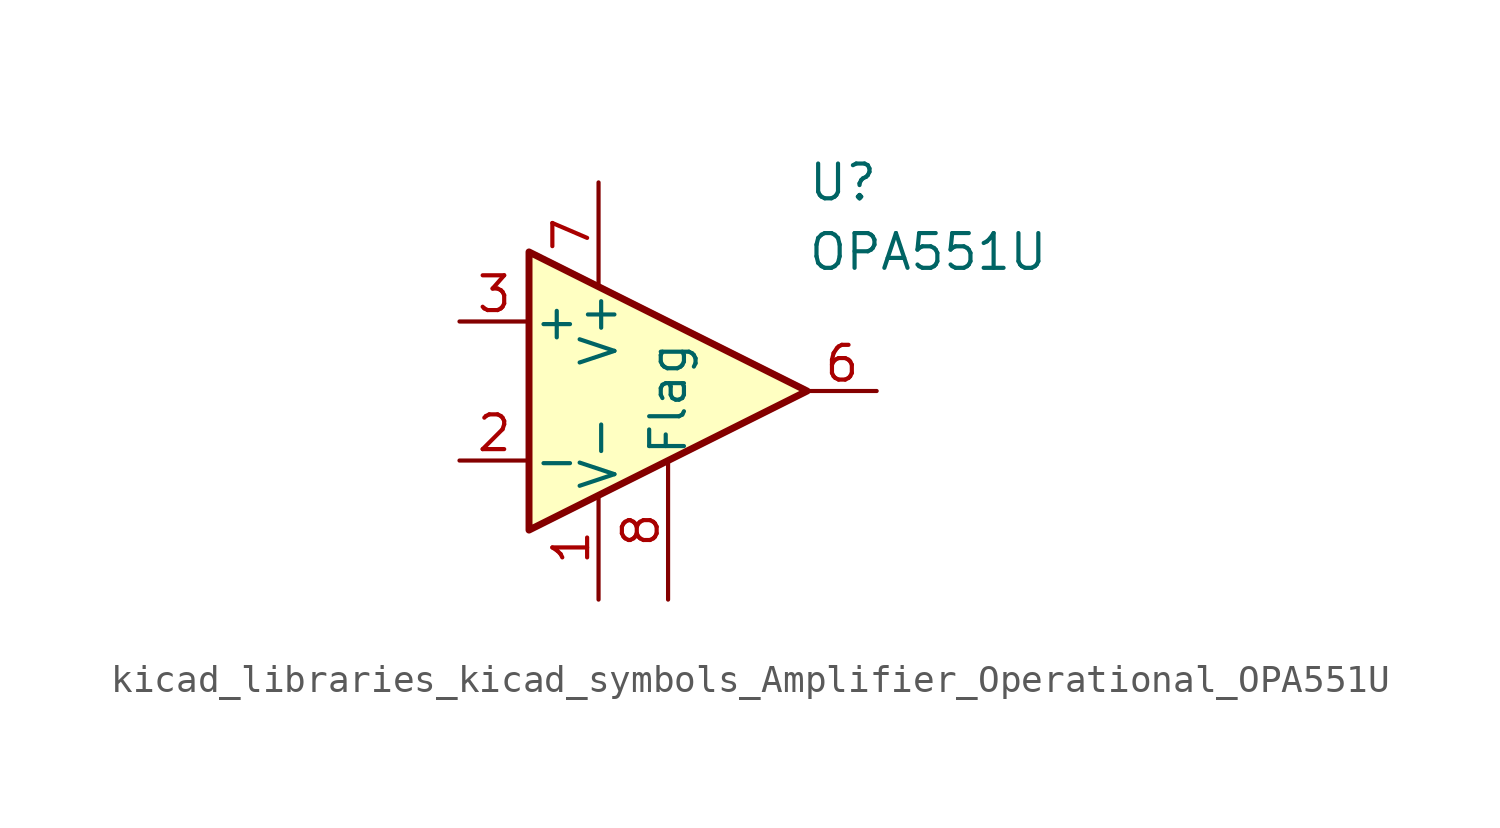
<source format=kicad_sym>
(kicad_symbol_lib
  (version 20220914)
  (generator kicad_symbol_editor)
  (symbol "kicad_libraries_kicad_symbols_Amplifier_Operational_OPA551U"
    (pin_names
      (offset 0.127))
    (property "Reference" "U"
      (at 5.08 7.62 0)
      (effects (font (size 1.27 1.27)) (justify left)))
    (property "Value" "OPA551U"
      (at 5.08 5.08 0)
      (effects (font (size 1.27 1.27)) (justify left)))
    (symbol "kicad_libraries_kicad_symbols_Amplifier_Operational_OPA551U_1_1"
      (polyline (pts (xy -5.08 5.08) (xy 5.08 0) (xy -5.08 -5.08) (xy -5.08 5.08)) (stroke (width 0.254) (type default)) (fill (type background)))
      (pin power_in line (at -2.54 -7.62 90) (length 3.81) (name "V-" (effects (font (size 1.27 1.27)))) (number "1" (effects (font (size 1.27 1.27)))))
      (pin input line (at -7.62 -2.54 0) (length 2.54) (name "-" (effects (font (size 1.27 1.27)))) (number "2" (effects (font (size 1.27 1.27)))))
      (pin input line (at -7.62 2.54 0) (length 2.54) (name "+" (effects (font (size 1.27 1.27)))) (number "3" (effects (font (size 1.27 1.27)))))
      (pin passive line (at -2.54 -7.62 90) (length 3.81) hide (name "V-" (effects (font (size 1.27 1.27)))) (number "4" (effects (font (size 1.27 1.27)))))
      (pin passive line (at -2.54 -7.62 90) (length 3.81) hide (name "V-" (effects (font (size 1.27 1.27)))) (number "5" (effects (font (size 1.27 1.27)))))
      (pin output line (at 7.62 0 180) (length 2.54) (name "~" (effects (font (size 1.27 1.27)))) (number "6" (effects (font (size 1.27 1.27)))))
      (pin power_in line (at -2.54 7.62 270) (length 3.81) (name "V+" (effects (font (size 1.27 1.27)))) (number "7" (effects (font (size 1.27 1.27)))))
      (pin output line (at 0 -7.62 90) (length 5.08) (name "Flag" (effects (font (size 1.27 1.27)))) (number "8" (effects (font (size 1.27 1.27))))))))
</source>
